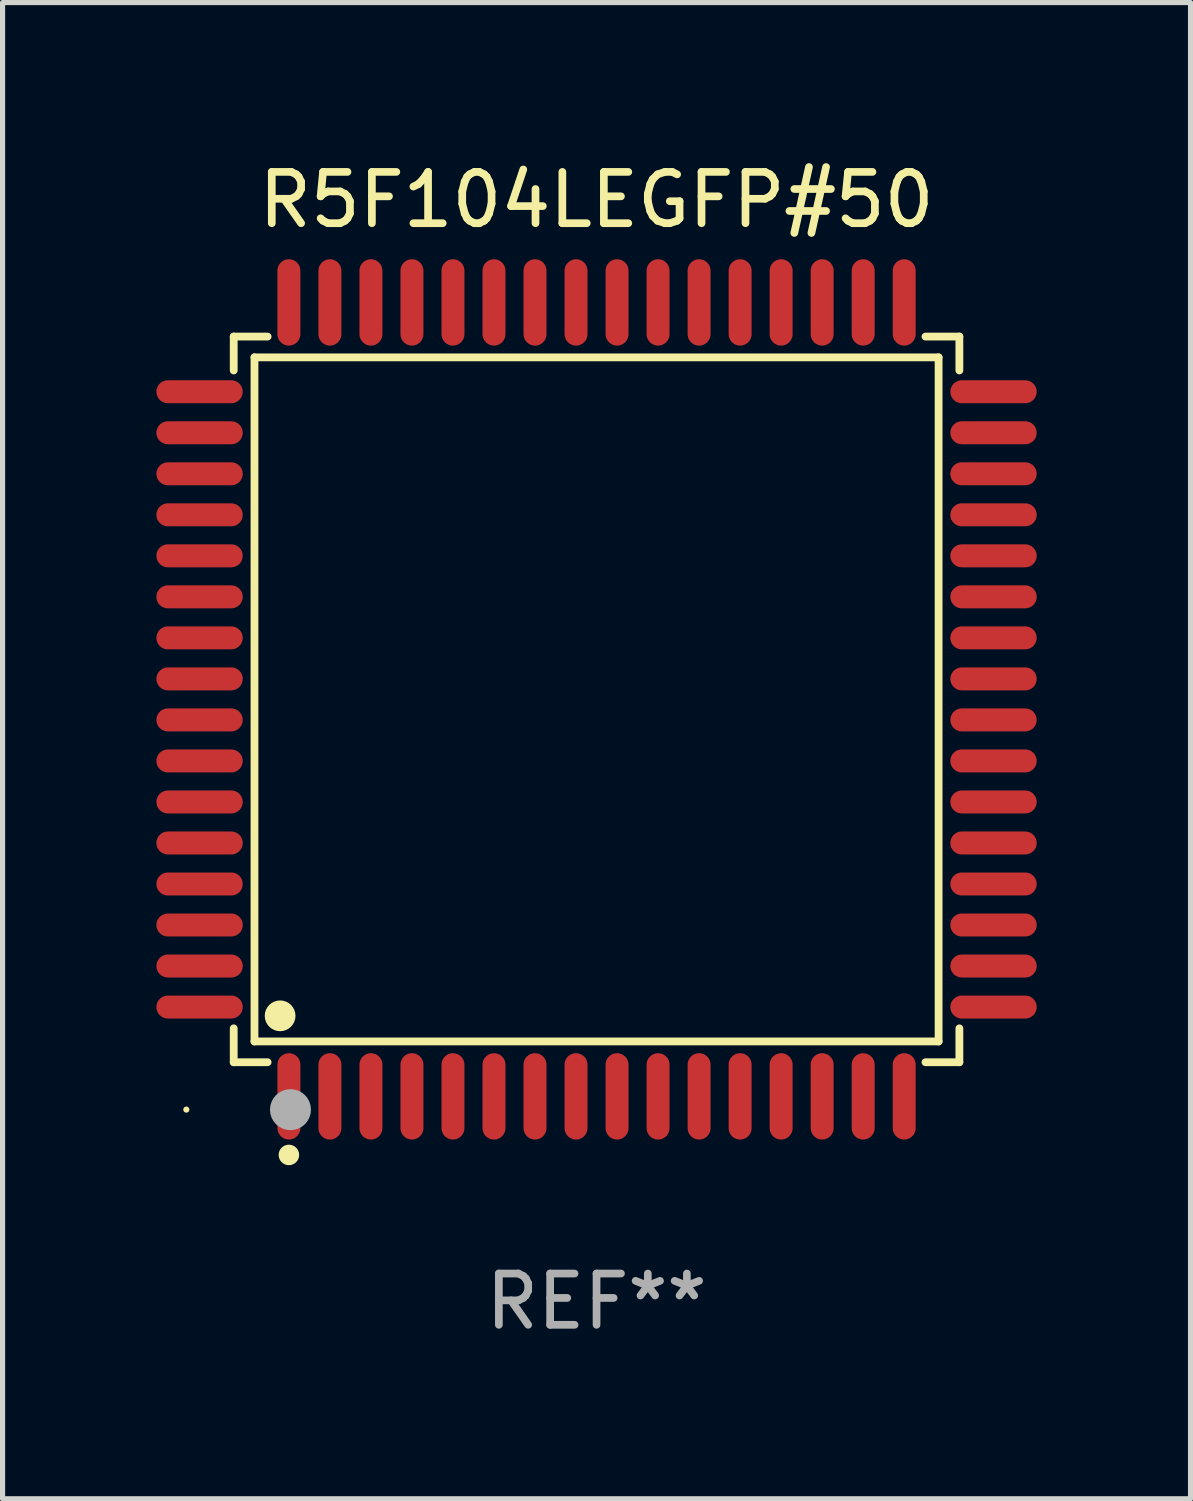
<source format=kicad_pcb>
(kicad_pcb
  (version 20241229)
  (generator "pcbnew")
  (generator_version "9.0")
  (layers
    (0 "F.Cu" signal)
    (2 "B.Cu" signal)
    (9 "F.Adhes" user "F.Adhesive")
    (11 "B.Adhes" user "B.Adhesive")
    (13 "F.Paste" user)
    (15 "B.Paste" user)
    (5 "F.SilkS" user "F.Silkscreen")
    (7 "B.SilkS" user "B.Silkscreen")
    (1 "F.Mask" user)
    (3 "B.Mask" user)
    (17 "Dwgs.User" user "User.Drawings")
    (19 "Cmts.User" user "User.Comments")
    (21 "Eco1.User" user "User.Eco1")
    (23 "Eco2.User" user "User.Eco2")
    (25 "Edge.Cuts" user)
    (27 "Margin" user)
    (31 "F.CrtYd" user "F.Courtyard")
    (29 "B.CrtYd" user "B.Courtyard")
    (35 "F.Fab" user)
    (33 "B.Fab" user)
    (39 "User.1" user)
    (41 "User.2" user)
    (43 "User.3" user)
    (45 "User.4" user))
  (footprint "R5F104LEGFP#50"
    (layer "F.Cu")
    (at 8.584 10.59)
    (property "Reference" "R5F104LEGFP#50" (at 0 -9.742 0) (layer "F.SilkS") (effects (font (size 1 1) (thickness 0.15))))
    (attr through_hole)
    (fp_line (start -7.076 -7.076) (end -6.415 -7.076) (stroke (width 0.152) (type solid)) (layer "F.SilkS"))
    (fp_line (start -7.076 -6.415) (end -7.076 -7.076) (stroke (width 0.152) (type solid)) (layer "F.SilkS"))
    (fp_line (start -7.076 6.415) (end -7.076 7.076) (stroke (width 0.152) (type solid)) (layer "F.SilkS"))
    (fp_line (start -7.076 7.076) (end -6.415 7.076) (stroke (width 0.152) (type solid)) (layer "F.SilkS"))
    (fp_line (start -6.671 -6.671) (end 6.671 -6.671) (stroke (width 0.152) (type solid)) (layer "F.SilkS"))
    (fp_line (start -6.671 6.671) (end -6.671 -6.671) (stroke (width 0.152) (type solid)) (layer "F.SilkS"))
    (fp_line (start 6.671 -6.671) (end 6.671 6.671) (stroke (width 0.152) (type solid)) (layer "F.SilkS"))
    (fp_line (start 6.671 6.671) (end -6.671 6.671) (stroke (width 0.152) (type solid)) (layer "F.SilkS"))
    (fp_line (start 7.076 -7.076) (end 6.415 -7.076) (stroke (width 0.152) (type solid)) (layer "F.SilkS"))
    (fp_line (start 7.076 -6.415) (end 7.076 -7.076) (stroke (width 0.152) (type solid)) (layer "F.SilkS"))
    (fp_line (start 7.076 6.415) (end 7.076 7.076) (stroke (width 0.152) (type solid)) (layer "F.SilkS"))
    (fp_line (start 7.076 7.076) (end 6.415 7.076) (stroke (width 0.152) (type solid)) (layer "F.SilkS"))
    (fp_circle (center -8 8) (end -7.97 8) (stroke (width 0.06) (type solid)) (fill no) (layer "F.SilkS"))
    (fp_circle (center -6.171 6.171) (end -6.021 6.171) (stroke (width 0.3) (type solid)) (fill no) (layer "F.SilkS"))
    (fp_circle (center -6 8.884) (end -5.9 8.884) (stroke (width 0.2) (type solid)) (fill no) (layer "F.SilkS"))
    (fp_circle (center -5.969 8.001) (end -5.769 8.001) (stroke (width 0.4) (type solid)) (fill no) (layer "F.Fab"))
    (fp_text user "REF**" (at 0 11.742 0) (layer "F.Fab") (effects (font (size 1 1) (thickness 0.15))))
    (pad "1" smd oval (at -6 7.742) (size 0.448 1.684) (layers "F.Cu" "F.Mask" "F.Paste"))
    (pad "2" smd oval (at -5.2 7.742) (size 0.448 1.684) (layers "F.Cu" "F.Mask" "F.Paste"))
    (pad "3" smd oval (at -4.4 7.742) (size 0.448 1.684) (layers "F.Cu" "F.Mask" "F.Paste"))
    (pad "4" smd oval (at -3.6 7.742) (size 0.448 1.684) (layers "F.Cu" "F.Mask" "F.Paste"))
    (pad "5" smd oval (at -2.8 7.742) (size 0.448 1.684) (layers "F.Cu" "F.Mask" "F.Paste"))
    (pad "6" smd oval (at -2 7.742) (size 0.448 1.684) (layers "F.Cu" "F.Mask" "F.Paste"))
    (pad "7" smd oval (at -1.2 7.742) (size 0.448 1.684) (layers "F.Cu" "F.Mask" "F.Paste"))
    (pad "8" smd oval (at -0.4 7.742) (size 0.448 1.684) (layers "F.Cu" "F.Mask" "F.Paste"))
    (pad "9" smd oval (at 0.4 7.742) (size 0.448 1.684) (layers "F.Cu" "F.Mask" "F.Paste"))
    (pad "10" smd oval (at 1.2 7.742) (size 0.448 1.684) (layers "F.Cu" "F.Mask" "F.Paste"))
    (pad "11" smd oval (at 2 7.742) (size 0.448 1.684) (layers "F.Cu" "F.Mask" "F.Paste"))
    (pad "12" smd oval (at 2.8 7.742) (size 0.448 1.684) (layers "F.Cu" "F.Mask" "F.Paste"))
    (pad "13" smd oval (at 3.6 7.742) (size 0.448 1.684) (layers "F.Cu" "F.Mask" "F.Paste"))
    (pad "14" smd oval (at 4.4 7.742) (size 0.448 1.684) (layers "F.Cu" "F.Mask" "F.Paste"))
    (pad "15" smd oval (at 5.2 7.742) (size 0.448 1.684) (layers "F.Cu" "F.Mask" "F.Paste"))
    (pad "16" smd oval (at 6 7.742) (size 0.448 1.684) (layers "F.Cu" "F.Mask" "F.Paste"))
    (pad "17" smd oval (at 7.742 6) (size 1.684 0.448) (layers "F.Cu" "F.Mask" "F.Paste"))
    (pad "18" smd oval (at 7.742 5.2) (size 1.684 0.448) (layers "F.Cu" "F.Mask" "F.Paste"))
    (pad "19" smd oval (at 7.742 4.4) (size 1.684 0.448) (layers "F.Cu" "F.Mask" "F.Paste"))
    (pad "20" smd oval (at 7.742 3.6) (size 1.684 0.448) (layers "F.Cu" "F.Mask" "F.Paste"))
    (pad "21" smd oval (at 7.742 2.8) (size 1.684 0.448) (layers "F.Cu" "F.Mask" "F.Paste"))
    (pad "22" smd oval (at 7.742 2) (size 1.684 0.448) (layers "F.Cu" "F.Mask" "F.Paste"))
    (pad "23" smd oval (at 7.742 1.2) (size 1.684 0.448) (layers "F.Cu" "F.Mask" "F.Paste"))
    (pad "24" smd oval (at 7.742 0.4) (size 1.684 0.448) (layers "F.Cu" "F.Mask" "F.Paste"))
    (pad "25" smd oval (at 7.742 -0.4) (size 1.684 0.448) (layers "F.Cu" "F.Mask" "F.Paste"))
    (pad "26" smd oval (at 7.742 -1.2) (size 1.684 0.448) (layers "F.Cu" "F.Mask" "F.Paste"))
    (pad "27" smd oval (at 7.742 -2) (size 1.684 0.448) (layers "F.Cu" "F.Mask" "F.Paste"))
    (pad "28" smd oval (at 7.742 -2.8) (size 1.684 0.448) (layers "F.Cu" "F.Mask" "F.Paste"))
    (pad "29" smd oval (at 7.742 -3.6) (size 1.684 0.448) (layers "F.Cu" "F.Mask" "F.Paste"))
    (pad "30" smd oval (at 7.742 -4.4) (size 1.684 0.448) (layers "F.Cu" "F.Mask" "F.Paste"))
    (pad "31" smd oval (at 7.742 -5.2) (size 1.684 0.448) (layers "F.Cu" "F.Mask" "F.Paste"))
    (pad "32" smd oval (at 7.742 -6) (size 1.684 0.448) (layers "F.Cu" "F.Mask" "F.Paste"))
    (pad "33" smd oval (at 6 -7.742) (size 0.448 1.684) (layers "F.Cu" "F.Mask" "F.Paste"))
    (pad "34" smd oval (at 5.2 -7.742) (size 0.448 1.684) (layers "F.Cu" "F.Mask" "F.Paste"))
    (pad "35" smd oval (at 4.4 -7.742) (size 0.448 1.684) (layers "F.Cu" "F.Mask" "F.Paste"))
    (pad "36" smd oval (at 3.6 -7.742) (size 0.448 1.684) (layers "F.Cu" "F.Mask" "F.Paste"))
    (pad "37" smd oval (at 2.8 -7.742) (size 0.448 1.684) (layers "F.Cu" "F.Mask" "F.Paste"))
    (pad "38" smd oval (at 2 -7.742) (size 0.448 1.684) (layers "F.Cu" "F.Mask" "F.Paste"))
    (pad "39" smd oval (at 1.2 -7.742) (size 0.448 1.684) (layers "F.Cu" "F.Mask" "F.Paste"))
    (pad "40" smd oval (at 0.4 -7.742) (size 0.448 1.684) (layers "F.Cu" "F.Mask" "F.Paste"))
    (pad "41" smd oval (at -0.4 -7.742) (size 0.448 1.684) (layers "F.Cu" "F.Mask" "F.Paste"))
    (pad "42" smd oval (at -1.2 -7.742) (size 0.448 1.684) (layers "F.Cu" "F.Mask" "F.Paste"))
    (pad "43" smd oval (at -2 -7.742) (size 0.448 1.684) (layers "F.Cu" "F.Mask" "F.Paste"))
    (pad "44" smd oval (at -2.8 -7.742) (size 0.448 1.684) (layers "F.Cu" "F.Mask" "F.Paste"))
    (pad "45" smd oval (at -3.6 -7.742) (size 0.448 1.684) (layers "F.Cu" "F.Mask" "F.Paste"))
    (pad "46" smd oval (at -4.4 -7.742) (size 0.448 1.684) (layers "F.Cu" "F.Mask" "F.Paste"))
    (pad "47" smd oval (at -5.2 -7.742) (size 0.448 1.684) (layers "F.Cu" "F.Mask" "F.Paste"))
    (pad "48" smd oval (at -6 -7.742) (size 0.448 1.684) (layers "F.Cu" "F.Mask" "F.Paste"))
    (pad "49" smd oval (at -7.742 -6) (size 1.684 0.448) (layers "F.Cu" "F.Mask" "F.Paste"))
    (pad "50" smd oval (at -7.742 -5.2) (size 1.684 0.448) (layers "F.Cu" "F.Mask" "F.Paste"))
    (pad "51" smd oval (at -7.742 -4.4) (size 1.684 0.448) (layers "F.Cu" "F.Mask" "F.Paste"))
    (pad "52" smd oval (at -7.742 -3.6) (size 1.684 0.448) (layers "F.Cu" "F.Mask" "F.Paste"))
    (pad "53" smd oval (at -7.742 -2.8) (size 1.684 0.448) (layers "F.Cu" "F.Mask" "F.Paste"))
    (pad "54" smd oval (at -7.742 -2) (size 1.684 0.448) (layers "F.Cu" "F.Mask" "F.Paste"))
    (pad "55" smd oval (at -7.742 -1.2) (size 1.684 0.448) (layers "F.Cu" "F.Mask" "F.Paste"))
    (pad "56" smd oval (at -7.742 -0.4) (size 1.684 0.448) (layers "F.Cu" "F.Mask" "F.Paste"))
    (pad "57" smd oval (at -7.742 0.4) (size 1.684 0.448) (layers "F.Cu" "F.Mask" "F.Paste"))
    (pad "58" smd oval (at -7.742 1.2) (size 1.684 0.448) (layers "F.Cu" "F.Mask" "F.Paste"))
    (pad "59" smd oval (at -7.742 2) (size 1.684 0.448) (layers "F.Cu" "F.Mask" "F.Paste"))
    (pad "60" smd oval (at -7.742 2.8) (size 1.684 0.448) (layers "F.Cu" "F.Mask" "F.Paste"))
    (pad "61" smd oval (at -7.742 3.6) (size 1.684 0.448) (layers "F.Cu" "F.Mask" "F.Paste"))
    (pad "62" smd oval (at -7.742 4.4) (size 1.684 0.448) (layers "F.Cu" "F.Mask" "F.Paste"))
    (pad "63" smd oval (at -7.742 5.2) (size 1.684 0.448) (layers "F.Cu" "F.Mask" "F.Paste"))
    (pad "64" smd oval (at -7.742 6) (size 1.684 0.448) (layers "F.Cu" "F.Mask" "F.Paste")))
  (gr_rect
    (start -3 -3)
    (end 20.168 26.18)
    (stroke (width 0.1) (type default))
    (fill no)
    (layer "Edge.Cuts")))
</source>
